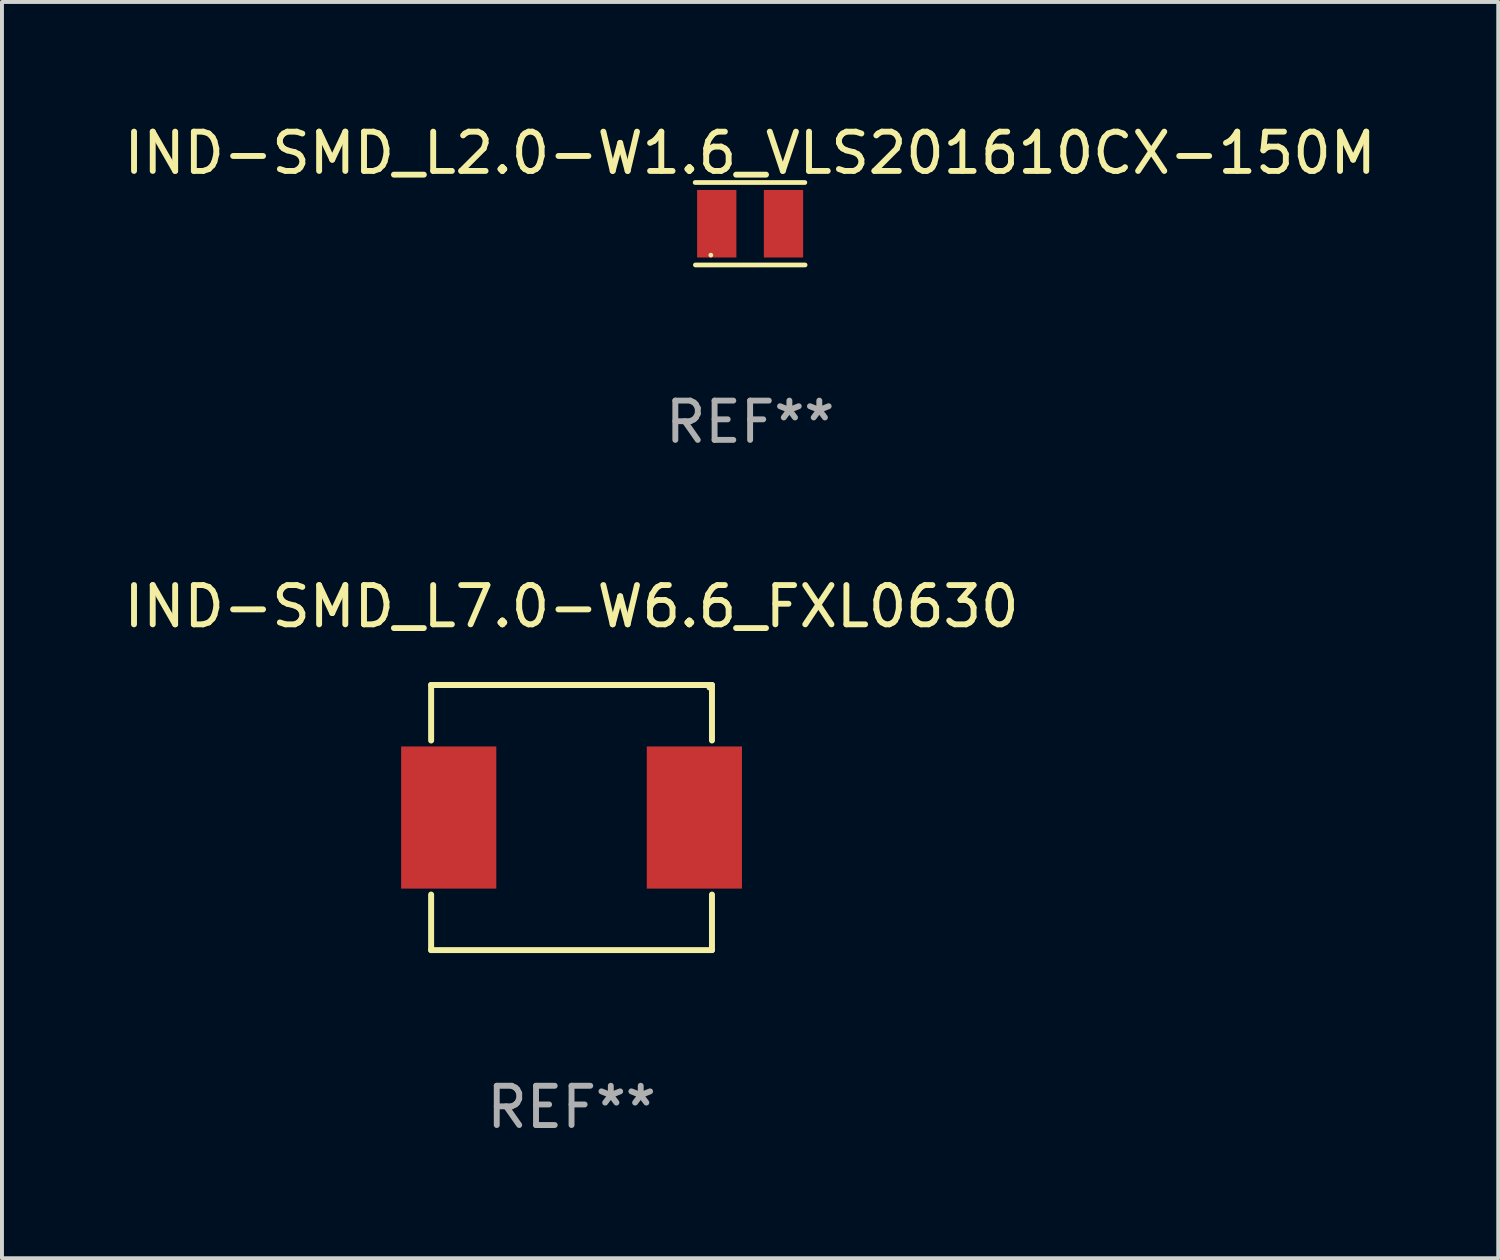
<source format=kicad_pcb>
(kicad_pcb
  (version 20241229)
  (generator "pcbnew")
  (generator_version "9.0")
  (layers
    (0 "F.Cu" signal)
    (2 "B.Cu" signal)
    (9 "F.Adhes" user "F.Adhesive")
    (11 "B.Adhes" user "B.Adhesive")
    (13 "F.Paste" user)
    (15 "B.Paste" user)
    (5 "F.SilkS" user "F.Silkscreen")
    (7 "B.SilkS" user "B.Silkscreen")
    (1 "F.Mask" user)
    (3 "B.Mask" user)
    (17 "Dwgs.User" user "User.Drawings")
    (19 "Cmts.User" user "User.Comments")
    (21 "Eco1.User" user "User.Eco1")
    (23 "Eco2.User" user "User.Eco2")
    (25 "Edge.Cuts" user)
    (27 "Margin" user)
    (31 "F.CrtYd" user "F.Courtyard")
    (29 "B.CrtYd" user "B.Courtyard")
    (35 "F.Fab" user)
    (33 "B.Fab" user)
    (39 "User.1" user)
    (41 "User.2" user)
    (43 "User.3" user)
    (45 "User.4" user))
  (footprint "IND-SMD_L7.0-W6.6_FXL0630"
    (layer "F.Cu")
    (at 11.506 17.771)
    (property "Reference" "IND-SMD_L7.0-W6.6_FXL0630" (at 0 -5.376 0) (layer "F.SilkS") (effects (font (size 1 1) (thickness 0.15))))
    (attr through_hole)
    (fp_line (start -3.576 -3.376) (end 3.576 -3.376) (stroke (width 0.152) (type solid)) (layer "F.SilkS"))
    (fp_line (start -3.576 -1.962) (end -3.576 -3.376) (stroke (width 0.152) (type solid)) (layer "F.SilkS"))
    (fp_line (start -3.576 1.962) (end -3.576 3.376) (stroke (width 0.152) (type solid)) (layer "F.SilkS"))
    (fp_line (start -3.576 3.376) (end 3.576 3.376) (stroke (width 0.152) (type solid)) (layer "F.SilkS"))
    (fp_line (start 3.576 -3.376) (end 3.576 -1.962) (stroke (width 0.152) (type solid)) (layer "F.SilkS"))
    (fp_line (start 3.576 3.376) (end 3.576 1.962) (stroke (width 0.152) (type solid)) (layer "F.SilkS"))
    (fp_circle (center 3.5 -3.3) (end 3.53 -3.3) (stroke (width 0.06) (type solid)) (fill no) (layer "F.SilkS"))
    (fp_text user "REF**" (at 0 7.376 0) (layer "F.Fab") (effects (font (size 1 1) (thickness 0.15))))
    (pad "1" smd rect (at 3.128 0) (size 2.424 3.62) (layers "F.Cu" "F.Mask" "F.Paste"))
    (pad "2" smd rect (at -3.128 0) (size 2.424 3.62) (layers "F.Cu" "F.Mask" "F.Paste")))
  (footprint "IND-SMD_L2.0-W1.6_VLS201610CX-150M"
    (layer "F.Cu")
    (at 16.054 2.648)
    (property "Reference" "IND-SMD_L2.0-W1.6_VLS201610CX-150M" (at 0 -1.8 0) (layer "F.SilkS") (effects (font (size 1 1) (thickness 0.15))))
    (attr through_hole)
    (fp_line (start -1.4 -1.05) (end 1.394 -1.05) (stroke (width 0.12) (type solid)) (layer "F.SilkS"))
    (fp_line (start 1.4 1.05) (end -1.394 1.05) (stroke (width 0.12) (type solid)) (layer "F.SilkS"))
    (fp_circle (center -1 0.8) (end -0.97 0.8) (stroke (width 0.06) (type solid)) (fill no) (layer "F.SilkS"))
    (fp_text user "REF**" (at -0.000089 5.05 0) (layer "F.Fab") (effects (font (size 1 1) (thickness 0.15))))
    (pad "1" smd rect (at -0.85 0) (size 1 1.72) (layers "F.Cu" "F.Mask" "F.Paste"))
    (pad "2" smd rect (at 0.85 0) (size 1 1.72) (layers "F.Cu" "F.Mask" "F.Paste")))
  (gr_rect
    (start -3 -3)
    (end 35.107 28.995)
    (stroke (width 0.1) (type default))
    (fill no)
    (layer "Edge.Cuts")))
</source>
